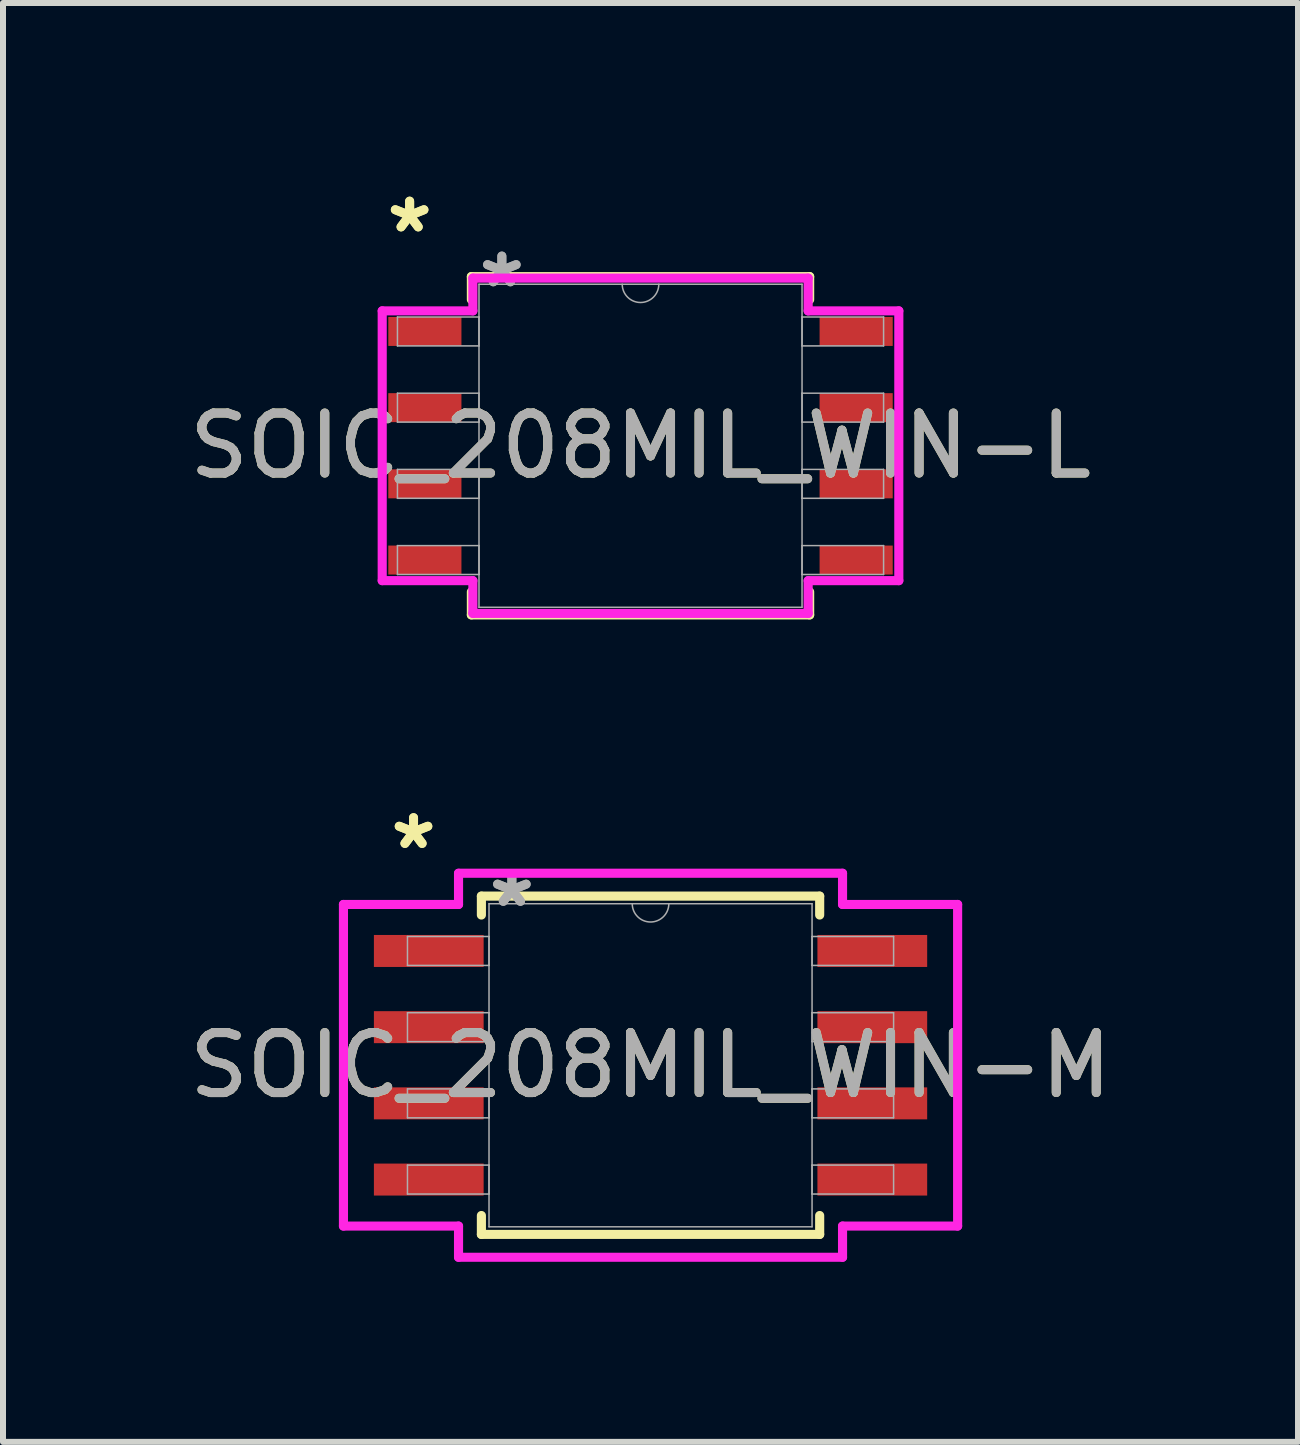
<source format=kicad_pcb>
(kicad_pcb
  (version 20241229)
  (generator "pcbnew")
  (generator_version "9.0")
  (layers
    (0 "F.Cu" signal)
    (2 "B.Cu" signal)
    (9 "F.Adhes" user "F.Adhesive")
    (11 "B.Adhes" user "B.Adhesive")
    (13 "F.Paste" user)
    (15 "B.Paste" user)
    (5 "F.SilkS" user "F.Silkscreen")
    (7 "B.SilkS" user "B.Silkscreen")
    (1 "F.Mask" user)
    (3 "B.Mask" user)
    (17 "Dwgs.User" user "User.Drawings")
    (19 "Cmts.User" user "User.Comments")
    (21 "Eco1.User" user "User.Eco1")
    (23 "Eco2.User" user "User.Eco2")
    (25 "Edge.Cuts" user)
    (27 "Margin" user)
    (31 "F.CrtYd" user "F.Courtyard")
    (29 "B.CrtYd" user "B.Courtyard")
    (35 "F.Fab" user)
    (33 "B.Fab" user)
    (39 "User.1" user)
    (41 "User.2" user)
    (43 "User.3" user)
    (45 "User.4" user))
  (footprint "SOIC_208MIL_WIN-L"
    (layer "F.Cu")
    (at 7.625 4.379)
    (property "Reference" "SOIC_208MIL_WIN-L" (at 0 0 0) (unlocked yes) (layer "F.SilkS") (effects (font (size 1 1) (thickness 0.15))))
    (attr smd)
    (fp_line (start -2.819 -2.819) (end -2.819 -2.435) (stroke (width 0.152) (type solid)) (layer "F.SilkS"))
    (fp_line (start -2.819 2.435) (end -2.819 2.819) (stroke (width 0.152) (type solid)) (layer "F.SilkS"))
    (fp_line (start -2.819 2.819) (end 2.819 2.819) (stroke (width 0.152) (type solid)) (layer "F.SilkS"))
    (fp_line (start 2.819 -2.819) (end -2.819 -2.819) (stroke (width 0.152) (type solid)) (layer "F.SilkS"))
    (fp_line (start 2.819 -2.435) (end 2.819 -2.819) (stroke (width 0.152) (type solid)) (layer "F.SilkS"))
    (fp_line (start 2.819 2.819) (end 2.819 2.435) (stroke (width 0.152) (type solid)) (layer "F.SilkS"))
    (fp_line (start -4.305 -2.248) (end -2.794 -2.248) (stroke (width 0.152) (type solid)) (layer "F.CrtYd"))
    (fp_line (start -4.305 2.248) (end -4.305 -2.248) (stroke (width 0.152) (type solid)) (layer "F.CrtYd"))
    (fp_line (start -4.305 2.248) (end -2.794 2.248) (stroke (width 0.152) (type solid)) (layer "F.CrtYd"))
    (fp_line (start -2.794 -2.794) (end 2.794 -2.794) (stroke (width 0.152) (type solid)) (layer "F.CrtYd"))
    (fp_line (start -2.794 -2.248) (end -2.794 -2.794) (stroke (width 0.152) (type solid)) (layer "F.CrtYd"))
    (fp_line (start -2.794 2.794) (end -2.794 2.248) (stroke (width 0.152) (type solid)) (layer "F.CrtYd"))
    (fp_line (start 2.794 -2.794) (end 2.794 -2.248) (stroke (width 0.152) (type solid)) (layer "F.CrtYd"))
    (fp_line (start 2.794 2.248) (end 2.794 2.794) (stroke (width 0.152) (type solid)) (layer "F.CrtYd"))
    (fp_line (start 2.794 2.794) (end -2.794 2.794) (stroke (width 0.152) (type solid)) (layer "F.CrtYd"))
    (fp_line (start 4.305 -2.248) (end 2.794 -2.248) (stroke (width 0.152) (type solid)) (layer "F.CrtYd"))
    (fp_line (start 4.305 -2.248) (end 4.305 2.248) (stroke (width 0.152) (type solid)) (layer "F.CrtYd"))
    (fp_line (start 4.305 2.248) (end 2.794 2.248) (stroke (width 0.152) (type solid)) (layer "F.CrtYd"))
    (fp_line (start -4.051 -2.146) (end -4.051 -1.664) (stroke (width 0.025) (type solid)) (layer "F.Fab"))
    (fp_line (start -4.051 -1.664) (end -2.692 -1.664) (stroke (width 0.025) (type solid)) (layer "F.Fab"))
    (fp_line (start -4.051 -0.876) (end -4.051 -0.394) (stroke (width 0.025) (type solid)) (layer "F.Fab"))
    (fp_line (start -4.051 -0.394) (end -2.692 -0.394) (stroke (width 0.025) (type solid)) (layer "F.Fab"))
    (fp_line (start -4.051 0.394) (end -4.051 0.876) (stroke (width 0.025) (type solid)) (layer "F.Fab"))
    (fp_line (start -4.051 0.876) (end -2.692 0.876) (stroke (width 0.025) (type solid)) (layer "F.Fab"))
    (fp_line (start -4.051 1.664) (end -4.051 2.146) (stroke (width 0.025) (type solid)) (layer "F.Fab"))
    (fp_line (start -4.051 2.146) (end -2.692 2.146) (stroke (width 0.025) (type solid)) (layer "F.Fab"))
    (fp_line (start -2.692 -2.692) (end -2.692 2.692) (stroke (width 0.025) (type solid)) (layer "F.Fab"))
    (fp_line (start -2.692 -2.146) (end -4.051 -2.146) (stroke (width 0.025) (type solid)) (layer "F.Fab"))
    (fp_line (start -2.692 -1.664) (end -2.692 -2.146) (stroke (width 0.025) (type solid)) (layer "F.Fab"))
    (fp_line (start -2.692 -0.876) (end -4.051 -0.876) (stroke (width 0.025) (type solid)) (layer "F.Fab"))
    (fp_line (start -2.692 -0.394) (end -2.692 -0.876) (stroke (width 0.025) (type solid)) (layer "F.Fab"))
    (fp_line (start -2.692 0.394) (end -4.051 0.394) (stroke (width 0.025) (type solid)) (layer "F.Fab"))
    (fp_line (start -2.692 0.876) (end -2.692 0.394) (stroke (width 0.025) (type solid)) (layer "F.Fab"))
    (fp_line (start -2.692 1.664) (end -4.051 1.664) (stroke (width 0.025) (type solid)) (layer "F.Fab"))
    (fp_line (start -2.692 2.146) (end -2.692 1.664) (stroke (width 0.025) (type solid)) (layer "F.Fab"))
    (fp_line (start -2.692 2.692) (end 2.692 2.692) (stroke (width 0.025) (type solid)) (layer "F.Fab"))
    (fp_line (start 2.692 -2.692) (end -2.692 -2.692) (stroke (width 0.025) (type solid)) (layer "F.Fab"))
    (fp_line (start 2.692 -2.146) (end 2.692 -1.664) (stroke (width 0.025) (type solid)) (layer "F.Fab"))
    (fp_line (start 2.692 -1.664) (end 4.051 -1.664) (stroke (width 0.025) (type solid)) (layer "F.Fab"))
    (fp_line (start 2.692 -0.876) (end 2.692 -0.394) (stroke (width 0.025) (type solid)) (layer "F.Fab"))
    (fp_line (start 2.692 -0.394) (end 4.051 -0.394) (stroke (width 0.025) (type solid)) (layer "F.Fab"))
    (fp_line (start 2.692 0.394) (end 2.692 0.876) (stroke (width 0.025) (type solid)) (layer "F.Fab"))
    (fp_line (start 2.692 0.876) (end 4.051 0.876) (stroke (width 0.025) (type solid)) (layer "F.Fab"))
    (fp_line (start 2.692 1.664) (end 2.692 2.146) (stroke (width 0.025) (type solid)) (layer "F.Fab"))
    (fp_line (start 2.692 2.146) (end 4.051 2.146) (stroke (width 0.025) (type solid)) (layer "F.Fab"))
    (fp_line (start 2.692 2.692) (end 2.692 -2.692) (stroke (width 0.025) (type solid)) (layer "F.Fab"))
    (fp_line (start 4.051 -2.146) (end 2.692 -2.146) (stroke (width 0.025) (type solid)) (layer "F.Fab"))
    (fp_line (start 4.051 -1.664) (end 4.051 -2.146) (stroke (width 0.025) (type solid)) (layer "F.Fab"))
    (fp_line (start 4.051 -0.876) (end 2.692 -0.876) (stroke (width 0.025) (type solid)) (layer "F.Fab"))
    (fp_line (start 4.051 -0.394) (end 4.051 -0.876) (stroke (width 0.025) (type solid)) (layer "F.Fab"))
    (fp_line (start 4.051 0.394) (end 2.692 0.394) (stroke (width 0.025) (type solid)) (layer "F.Fab"))
    (fp_line (start 4.051 0.876) (end 4.051 0.394) (stroke (width 0.025) (type solid)) (layer "F.Fab"))
    (fp_line (start 4.051 1.664) (end 2.692 1.664) (stroke (width 0.025) (type solid)) (layer "F.Fab"))
    (fp_line (start 4.051 2.146) (end 4.051 1.664) (stroke (width 0.025) (type solid)) (layer "F.Fab"))
    (fp_arc (start 0.3048 -2.6924) (mid 0 -2.3876) (end -0.3048 -2.6924) (stroke (width 0.0254) (type solid)) (layer "F.Fab"))
    (fp_text user "*" (at -3.848 -3.531 0) (layer "F.SilkS") (effects (font (size 1 1) (thickness 0.15))))
    (fp_text user "*" (at -3.848 -3.531 0) (unlocked yes) (layer "F.SilkS") (effects (font (size 1 1) (thickness 0.15))))
    (fp_text user "${REFERENCE}" (at 0 0 0) (unlocked yes) (layer "F.Fab") (effects (font (size 1 1) (thickness 0.15))))
    (fp_text user "*" (at -2.311 -2.616 0) (layer "F.Fab") (effects (font (size 1 1) (thickness 0.15))))
    (fp_text user "*" (at -2.311 -2.616 0) (unlocked yes) (layer "F.Fab") (effects (font (size 1 1) (thickness 0.15))))
    (pad "1" smd rect (at -3.594 -1.905) (size 1.219 0.483) (layers "F.Cu" "F.Mask" "F.Paste"))
    (pad "2" smd rect (at -3.594 -0.635) (size 1.219 0.483) (layers "F.Cu" "F.Mask" "F.Paste"))
    (pad "3" smd rect (at -3.594 0.635) (size 1.219 0.483) (layers "F.Cu" "F.Mask" "F.Paste"))
    (pad "4" smd rect (at -3.594 1.905) (size 1.219 0.483) (layers "F.Cu" "F.Mask" "F.Paste"))
    (pad "5" smd rect (at 3.594 1.905) (size 1.219 0.483) (layers "F.Cu" "F.Mask" "F.Paste"))
    (pad "6" smd rect (at 3.594 0.635) (size 1.219 0.483) (layers "F.Cu" "F.Mask" "F.Paste"))
    (pad "7" smd rect (at 3.594 -0.635) (size 1.219 0.483) (layers "F.Cu" "F.Mask" "F.Paste"))
    (pad "8" smd rect (at 3.594 -1.905) (size 1.219 0.483) (layers "F.Cu" "F.Mask" "F.Paste")))
  (footprint "SOIC_208MIL_WIN-M"
    (layer "F.Cu")
    (at 7.792 14.704)
    (property "Reference" "SOIC_208MIL_WIN-M" (at 0 0 0) (unlocked yes) (layer "F.SilkS") (effects (font (size 1 1) (thickness 0.15))))
    (attr smd)
    (fp_line (start -2.819 -2.819) (end -2.819 -2.504) (stroke (width 0.152) (type solid)) (layer "F.SilkS"))
    (fp_line (start -2.819 2.504) (end -2.819 2.819) (stroke (width 0.152) (type solid)) (layer "F.SilkS"))
    (fp_line (start -2.819 2.819) (end 2.819 2.819) (stroke (width 0.152) (type solid)) (layer "F.SilkS"))
    (fp_line (start 2.819 -2.819) (end -2.819 -2.819) (stroke (width 0.152) (type solid)) (layer "F.SilkS"))
    (fp_line (start 2.819 -2.504) (end 2.819 -2.819) (stroke (width 0.152) (type solid)) (layer "F.SilkS"))
    (fp_line (start 2.819 2.819) (end 2.819 2.504) (stroke (width 0.152) (type solid)) (layer "F.SilkS"))
    (fp_line (start -5.118 -2.68) (end -3.2 -2.68) (stroke (width 0.152) (type solid)) (layer "F.CrtYd"))
    (fp_line (start -5.118 2.68) (end -5.118 -2.68) (stroke (width 0.152) (type solid)) (layer "F.CrtYd"))
    (fp_line (start -5.118 2.68) (end -3.2 2.68) (stroke (width 0.152) (type solid)) (layer "F.CrtYd"))
    (fp_line (start -3.2 -3.2) (end 3.2 -3.2) (stroke (width 0.152) (type solid)) (layer "F.CrtYd"))
    (fp_line (start -3.2 -2.68) (end -3.2 -3.2) (stroke (width 0.152) (type solid)) (layer "F.CrtYd"))
    (fp_line (start -3.2 3.2) (end -3.2 2.68) (stroke (width 0.152) (type solid)) (layer "F.CrtYd"))
    (fp_line (start 3.2 -3.2) (end 3.2 -2.68) (stroke (width 0.152) (type solid)) (layer "F.CrtYd"))
    (fp_line (start 3.2 2.68) (end 3.2 3.2) (stroke (width 0.152) (type solid)) (layer "F.CrtYd"))
    (fp_line (start 3.2 3.2) (end -3.2 3.2) (stroke (width 0.152) (type solid)) (layer "F.CrtYd"))
    (fp_line (start 5.118 -2.68) (end 3.2 -2.68) (stroke (width 0.152) (type solid)) (layer "F.CrtYd"))
    (fp_line (start 5.118 -2.68) (end 5.118 2.68) (stroke (width 0.152) (type solid)) (layer "F.CrtYd"))
    (fp_line (start 5.118 2.68) (end 3.2 2.68) (stroke (width 0.152) (type solid)) (layer "F.CrtYd"))
    (fp_line (start -4.051 -2.146) (end -4.051 -1.664) (stroke (width 0.025) (type solid)) (layer "F.Fab"))
    (fp_line (start -4.051 -1.664) (end -2.692 -1.664) (stroke (width 0.025) (type solid)) (layer "F.Fab"))
    (fp_line (start -4.051 -0.876) (end -4.051 -0.394) (stroke (width 0.025) (type solid)) (layer "F.Fab"))
    (fp_line (start -4.051 -0.394) (end -2.692 -0.394) (stroke (width 0.025) (type solid)) (layer "F.Fab"))
    (fp_line (start -4.051 0.394) (end -4.051 0.876) (stroke (width 0.025) (type solid)) (layer "F.Fab"))
    (fp_line (start -4.051 0.876) (end -2.692 0.876) (stroke (width 0.025) (type solid)) (layer "F.Fab"))
    (fp_line (start -4.051 1.664) (end -4.051 2.146) (stroke (width 0.025) (type solid)) (layer "F.Fab"))
    (fp_line (start -4.051 2.146) (end -2.692 2.146) (stroke (width 0.025) (type solid)) (layer "F.Fab"))
    (fp_line (start -2.692 -2.692) (end -2.692 2.692) (stroke (width 0.025) (type solid)) (layer "F.Fab"))
    (fp_line (start -2.692 -2.146) (end -4.051 -2.146) (stroke (width 0.025) (type solid)) (layer "F.Fab"))
    (fp_line (start -2.692 -1.664) (end -2.692 -2.146) (stroke (width 0.025) (type solid)) (layer "F.Fab"))
    (fp_line (start -2.692 -0.876) (end -4.051 -0.876) (stroke (width 0.025) (type solid)) (layer "F.Fab"))
    (fp_line (start -2.692 -0.394) (end -2.692 -0.876) (stroke (width 0.025) (type solid)) (layer "F.Fab"))
    (fp_line (start -2.692 0.394) (end -4.051 0.394) (stroke (width 0.025) (type solid)) (layer "F.Fab"))
    (fp_line (start -2.692 0.876) (end -2.692 0.394) (stroke (width 0.025) (type solid)) (layer "F.Fab"))
    (fp_line (start -2.692 1.664) (end -4.051 1.664) (stroke (width 0.025) (type solid)) (layer "F.Fab"))
    (fp_line (start -2.692 2.146) (end -2.692 1.664) (stroke (width 0.025) (type solid)) (layer "F.Fab"))
    (fp_line (start -2.692 2.692) (end 2.692 2.692) (stroke (width 0.025) (type solid)) (layer "F.Fab"))
    (fp_line (start 2.692 -2.692) (end -2.692 -2.692) (stroke (width 0.025) (type solid)) (layer "F.Fab"))
    (fp_line (start 2.692 -2.146) (end 2.692 -1.664) (stroke (width 0.025) (type solid)) (layer "F.Fab"))
    (fp_line (start 2.692 -1.664) (end 4.051 -1.664) (stroke (width 0.025) (type solid)) (layer "F.Fab"))
    (fp_line (start 2.692 -0.876) (end 2.692 -0.394) (stroke (width 0.025) (type solid)) (layer "F.Fab"))
    (fp_line (start 2.692 -0.394) (end 4.051 -0.394) (stroke (width 0.025) (type solid)) (layer "F.Fab"))
    (fp_line (start 2.692 0.394) (end 2.692 0.876) (stroke (width 0.025) (type solid)) (layer "F.Fab"))
    (fp_line (start 2.692 0.876) (end 4.051 0.876) (stroke (width 0.025) (type solid)) (layer "F.Fab"))
    (fp_line (start 2.692 1.664) (end 2.692 2.146) (stroke (width 0.025) (type solid)) (layer "F.Fab"))
    (fp_line (start 2.692 2.146) (end 4.051 2.146) (stroke (width 0.025) (type solid)) (layer "F.Fab"))
    (fp_line (start 2.692 2.692) (end 2.692 -2.692) (stroke (width 0.025) (type solid)) (layer "F.Fab"))
    (fp_line (start 4.051 -2.146) (end 2.692 -2.146) (stroke (width 0.025) (type solid)) (layer "F.Fab"))
    (fp_line (start 4.051 -1.664) (end 4.051 -2.146) (stroke (width 0.025) (type solid)) (layer "F.Fab"))
    (fp_line (start 4.051 -0.876) (end 2.692 -0.876) (stroke (width 0.025) (type solid)) (layer "F.Fab"))
    (fp_line (start 4.051 -0.394) (end 4.051 -0.876) (stroke (width 0.025) (type solid)) (layer "F.Fab"))
    (fp_line (start 4.051 0.394) (end 2.692 0.394) (stroke (width 0.025) (type solid)) (layer "F.Fab"))
    (fp_line (start 4.051 0.876) (end 4.051 0.394) (stroke (width 0.025) (type solid)) (layer "F.Fab"))
    (fp_line (start 4.051 1.664) (end 2.692 1.664) (stroke (width 0.025) (type solid)) (layer "F.Fab"))
    (fp_line (start 4.051 2.146) (end 4.051 1.664) (stroke (width 0.025) (type solid)) (layer "F.Fab"))
    (fp_arc (start 0.3048 -2.6924) (mid 0 -2.3876) (end -0.3048 -2.6924) (stroke (width 0.0254) (type solid)) (layer "F.Fab"))
    (fp_text user "*" (at -3.95 -3.581 0) (unlocked yes) (layer "F.SilkS") (effects (font (size 1 1) (thickness 0.15))))
    (fp_text user "*" (at -3.95 -3.581 0) (layer "F.SilkS") (effects (font (size 1 1) (thickness 0.15))))
    (fp_text user "${REFERENCE}" (at 0 0 0) (unlocked yes) (layer "F.Fab") (effects (font (size 1 1) (thickness 0.15))))
    (fp_text user "*" (at -2.311 -2.616 0) (unlocked yes) (layer "F.Fab") (effects (font (size 1 1) (thickness 0.15))))
    (fp_text user "*" (at -2.311 -2.616 0) (layer "F.Fab") (effects (font (size 1 1) (thickness 0.15))))
    (pad "1" smd rect (at -3.696 -1.905) (size 1.829 0.533) (layers "F.Cu" "F.Mask" "F.Paste"))
    (pad "2" smd rect (at -3.696 -0.635) (size 1.829 0.533) (layers "F.Cu" "F.Mask" "F.Paste"))
    (pad "3" smd rect (at -3.696 0.635) (size 1.829 0.533) (layers "F.Cu" "F.Mask" "F.Paste"))
    (pad "4" smd rect (at -3.696 1.905) (size 1.829 0.533) (layers "F.Cu" "F.Mask" "F.Paste"))
    (pad "5" smd rect (at 3.696 1.905) (size 1.829 0.533) (layers "F.Cu" "F.Mask" "F.Paste"))
    (pad "6" smd rect (at 3.696 0.635) (size 1.829 0.533) (layers "F.Cu" "F.Mask" "F.Paste"))
    (pad "7" smd rect (at 3.696 -0.635) (size 1.829 0.533) (layers "F.Cu" "F.Mask" "F.Paste"))
    (pad "8" smd rect (at 3.696 -1.905) (size 1.829 0.533) (layers "F.Cu" "F.Mask" "F.Paste")))
  (gr_rect
    (start -3 -3)
    (end 18.583 20.981)
    (stroke (width 0.1) (type default))
    (fill no)
    (layer "Edge.Cuts")))
</source>
